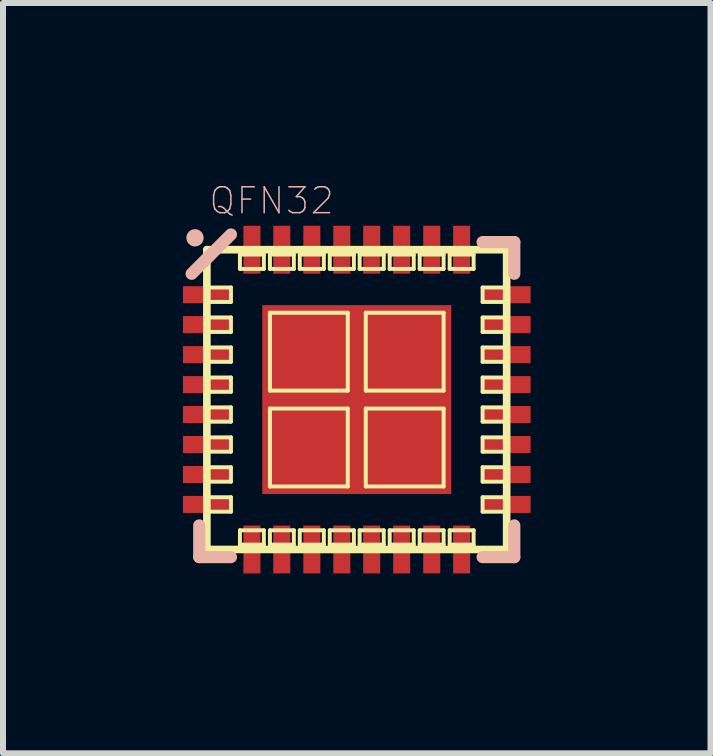
<source format=kicad_pcb>
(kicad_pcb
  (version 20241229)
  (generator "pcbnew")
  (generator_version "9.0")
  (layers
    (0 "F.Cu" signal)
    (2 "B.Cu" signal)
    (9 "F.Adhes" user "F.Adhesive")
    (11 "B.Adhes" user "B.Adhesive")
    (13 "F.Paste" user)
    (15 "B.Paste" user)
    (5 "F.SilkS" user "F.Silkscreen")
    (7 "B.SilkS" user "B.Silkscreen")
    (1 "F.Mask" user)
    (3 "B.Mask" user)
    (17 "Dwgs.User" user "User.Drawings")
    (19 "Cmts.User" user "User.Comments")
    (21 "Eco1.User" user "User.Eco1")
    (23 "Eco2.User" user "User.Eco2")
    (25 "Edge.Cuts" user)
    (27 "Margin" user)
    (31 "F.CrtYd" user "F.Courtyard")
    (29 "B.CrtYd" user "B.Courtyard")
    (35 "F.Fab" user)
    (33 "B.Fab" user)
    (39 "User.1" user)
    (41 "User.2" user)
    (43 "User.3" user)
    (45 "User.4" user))
  (footprint "QFN32"
    (layer "F.Cu")
    (at 2.898 3.612)
    (property "Reference" "QFN32" (at -1.42 -3.315 0) (layer "B.SilkS") (effects (font (size 0.432 0.432) (thickness 0.025))))
    (attr smd)
    (fp_line (start -2.499 -2.499) (end -2.499 2.499) (stroke (width 0.127) (type solid)) (layer "F.SilkS"))
    (fp_line (start -2.499 -1.869) (end -2.098 -1.869) (stroke (width 0.066) (type solid)) (layer "F.SilkS"))
    (fp_line (start -2.499 -1.628) (end -2.499 -1.869) (stroke (width 0.066) (type solid)) (layer "F.SilkS"))
    (fp_line (start -2.499 -1.628) (end -2.098 -1.628) (stroke (width 0.066) (type solid)) (layer "F.SilkS"))
    (fp_line (start -2.499 -1.369) (end -2.098 -1.369) (stroke (width 0.066) (type solid)) (layer "F.SilkS"))
    (fp_line (start -2.499 -1.128) (end -2.499 -1.369) (stroke (width 0.066) (type solid)) (layer "F.SilkS"))
    (fp_line (start -2.499 -1.128) (end -2.098 -1.128) (stroke (width 0.066) (type solid)) (layer "F.SilkS"))
    (fp_line (start -2.499 -0.869) (end -2.098 -0.869) (stroke (width 0.066) (type solid)) (layer "F.SilkS"))
    (fp_line (start -2.499 -0.63) (end -2.499 -0.869) (stroke (width 0.066) (type solid)) (layer "F.SilkS"))
    (fp_line (start -2.499 -0.63) (end -2.098 -0.63) (stroke (width 0.066) (type solid)) (layer "F.SilkS"))
    (fp_line (start -2.499 -0.368) (end -2.098 -0.368) (stroke (width 0.066) (type solid)) (layer "F.SilkS"))
    (fp_line (start -2.499 -0.13) (end -2.499 -0.368) (stroke (width 0.066) (type solid)) (layer "F.SilkS"))
    (fp_line (start -2.499 -0.13) (end -2.098 -0.13) (stroke (width 0.066) (type solid)) (layer "F.SilkS"))
    (fp_line (start -2.499 0.13) (end -2.098 0.13) (stroke (width 0.066) (type solid)) (layer "F.SilkS"))
    (fp_line (start -2.499 0.368) (end -2.499 0.13) (stroke (width 0.066) (type solid)) (layer "F.SilkS"))
    (fp_line (start -2.499 0.368) (end -2.098 0.368) (stroke (width 0.066) (type solid)) (layer "F.SilkS"))
    (fp_line (start -2.499 0.63) (end -2.098 0.63) (stroke (width 0.066) (type solid)) (layer "F.SilkS"))
    (fp_line (start -2.499 0.869) (end -2.499 0.63) (stroke (width 0.066) (type solid)) (layer "F.SilkS"))
    (fp_line (start -2.499 0.869) (end -2.098 0.869) (stroke (width 0.066) (type solid)) (layer "F.SilkS"))
    (fp_line (start -2.499 1.128) (end -2.098 1.128) (stroke (width 0.066) (type solid)) (layer "F.SilkS"))
    (fp_line (start -2.499 1.369) (end -2.499 1.128) (stroke (width 0.066) (type solid)) (layer "F.SilkS"))
    (fp_line (start -2.499 1.369) (end -2.098 1.369) (stroke (width 0.066) (type solid)) (layer "F.SilkS"))
    (fp_line (start -2.499 1.628) (end -2.098 1.628) (stroke (width 0.066) (type solid)) (layer "F.SilkS"))
    (fp_line (start -2.499 1.869) (end -2.499 1.628) (stroke (width 0.066) (type solid)) (layer "F.SilkS"))
    (fp_line (start -2.499 1.869) (end -2.098 1.869) (stroke (width 0.066) (type solid)) (layer "F.SilkS"))
    (fp_line (start -2.499 2.499) (end 2.499 2.499) (stroke (width 0.127) (type solid)) (layer "F.SilkS"))
    (fp_line (start -2.098 -1.628) (end -2.098 -1.869) (stroke (width 0.066) (type solid)) (layer "F.SilkS"))
    (fp_line (start -2.098 -1.128) (end -2.098 -1.369) (stroke (width 0.066) (type solid)) (layer "F.SilkS"))
    (fp_line (start -2.098 -0.63) (end -2.098 -0.869) (stroke (width 0.066) (type solid)) (layer "F.SilkS"))
    (fp_line (start -2.098 -0.13) (end -2.098 -0.368) (stroke (width 0.066) (type solid)) (layer "F.SilkS"))
    (fp_line (start -2.098 0.368) (end -2.098 0.13) (stroke (width 0.066) (type solid)) (layer "F.SilkS"))
    (fp_line (start -2.098 0.869) (end -2.098 0.63) (stroke (width 0.066) (type solid)) (layer "F.SilkS"))
    (fp_line (start -2.098 1.369) (end -2.098 1.128) (stroke (width 0.066) (type solid)) (layer "F.SilkS"))
    (fp_line (start -2.098 1.869) (end -2.098 1.628) (stroke (width 0.066) (type solid)) (layer "F.SilkS"))
    (fp_line (start -1.948 -2.418) (end -1.549 -2.418) (stroke (width 0.066) (type solid)) (layer "F.SilkS"))
    (fp_line (start -1.948 -2.179) (end -1.948 -2.418) (stroke (width 0.066) (type solid)) (layer "F.SilkS"))
    (fp_line (start -1.948 -2.179) (end -1.549 -2.179) (stroke (width 0.066) (type solid)) (layer "F.SilkS"))
    (fp_line (start -1.948 2.179) (end -1.549 2.179) (stroke (width 0.066) (type solid)) (layer "F.SilkS"))
    (fp_line (start -1.948 2.418) (end -1.948 2.179) (stroke (width 0.066) (type solid)) (layer "F.SilkS"))
    (fp_line (start -1.948 2.418) (end -1.549 2.418) (stroke (width 0.066) (type solid)) (layer "F.SilkS"))
    (fp_line (start -1.549 -2.179) (end -1.549 -2.418) (stroke (width 0.066) (type solid)) (layer "F.SilkS"))
    (fp_line (start -1.549 2.418) (end -1.549 2.179) (stroke (width 0.066) (type solid)) (layer "F.SilkS"))
    (fp_line (start -1.448 -2.418) (end -1.049 -2.418) (stroke (width 0.066) (type solid)) (layer "F.SilkS"))
    (fp_line (start -1.448 -2.179) (end -1.448 -2.418) (stroke (width 0.066) (type solid)) (layer "F.SilkS"))
    (fp_line (start -1.448 -2.179) (end -1.049 -2.179) (stroke (width 0.066) (type solid)) (layer "F.SilkS"))
    (fp_line (start -1.448 -1.448) (end -0.15 -1.448) (stroke (width 0.066) (type solid)) (layer "F.SilkS"))
    (fp_line (start -1.448 -0.15) (end -1.448 -1.448) (stroke (width 0.066) (type solid)) (layer "F.SilkS"))
    (fp_line (start -1.448 -0.15) (end -0.15 -0.15) (stroke (width 0.066) (type solid)) (layer "F.SilkS"))
    (fp_line (start -1.448 0.15) (end -0.15 0.15) (stroke (width 0.066) (type solid)) (layer "F.SilkS"))
    (fp_line (start -1.448 1.448) (end -1.448 0.15) (stroke (width 0.066) (type solid)) (layer "F.SilkS"))
    (fp_line (start -1.448 1.448) (end -0.15 1.448) (stroke (width 0.066) (type solid)) (layer "F.SilkS"))
    (fp_line (start -1.448 2.179) (end -1.049 2.179) (stroke (width 0.066) (type solid)) (layer "F.SilkS"))
    (fp_line (start -1.448 2.418) (end -1.448 2.179) (stroke (width 0.066) (type solid)) (layer "F.SilkS"))
    (fp_line (start -1.448 2.418) (end -1.049 2.418) (stroke (width 0.066) (type solid)) (layer "F.SilkS"))
    (fp_line (start -1.049 -2.179) (end -1.049 -2.418) (stroke (width 0.066) (type solid)) (layer "F.SilkS"))
    (fp_line (start -1.049 2.418) (end -1.049 2.179) (stroke (width 0.066) (type solid)) (layer "F.SilkS"))
    (fp_line (start -0.95 -2.418) (end -0.549 -2.418) (stroke (width 0.066) (type solid)) (layer "F.SilkS"))
    (fp_line (start -0.95 -2.179) (end -0.95 -2.418) (stroke (width 0.066) (type solid)) (layer "F.SilkS"))
    (fp_line (start -0.95 -2.179) (end -0.549 -2.179) (stroke (width 0.066) (type solid)) (layer "F.SilkS"))
    (fp_line (start -0.95 2.179) (end -0.549 2.179) (stroke (width 0.066) (type solid)) (layer "F.SilkS"))
    (fp_line (start -0.95 2.418) (end -0.95 2.179) (stroke (width 0.066) (type solid)) (layer "F.SilkS"))
    (fp_line (start -0.95 2.418) (end -0.549 2.418) (stroke (width 0.066) (type solid)) (layer "F.SilkS"))
    (fp_line (start -0.549 -2.179) (end -0.549 -2.418) (stroke (width 0.066) (type solid)) (layer "F.SilkS"))
    (fp_line (start -0.549 2.418) (end -0.549 2.179) (stroke (width 0.066) (type solid)) (layer "F.SilkS"))
    (fp_line (start -0.45 -2.418) (end -0.048 -2.418) (stroke (width 0.066) (type solid)) (layer "F.SilkS"))
    (fp_line (start -0.45 -2.179) (end -0.45 -2.418) (stroke (width 0.066) (type solid)) (layer "F.SilkS"))
    (fp_line (start -0.45 -2.179) (end -0.048 -2.179) (stroke (width 0.066) (type solid)) (layer "F.SilkS"))
    (fp_line (start -0.45 2.179) (end -0.048 2.179) (stroke (width 0.066) (type solid)) (layer "F.SilkS"))
    (fp_line (start -0.45 2.418) (end -0.45 2.179) (stroke (width 0.066) (type solid)) (layer "F.SilkS"))
    (fp_line (start -0.45 2.418) (end -0.048 2.418) (stroke (width 0.066) (type solid)) (layer "F.SilkS"))
    (fp_line (start -0.15 -0.15) (end -0.15 -1.448) (stroke (width 0.066) (type solid)) (layer "F.SilkS"))
    (fp_line (start -0.15 1.448) (end -0.15 0.15) (stroke (width 0.066) (type solid)) (layer "F.SilkS"))
    (fp_line (start -0.048 -2.179) (end -0.048 -2.418) (stroke (width 0.066) (type solid)) (layer "F.SilkS"))
    (fp_line (start -0.048 2.418) (end -0.048 2.179) (stroke (width 0.066) (type solid)) (layer "F.SilkS"))
    (fp_line (start 0.048 -2.418) (end 0.45 -2.418) (stroke (width 0.066) (type solid)) (layer "F.SilkS"))
    (fp_line (start 0.048 -2.179) (end 0.048 -2.418) (stroke (width 0.066) (type solid)) (layer "F.SilkS"))
    (fp_line (start 0.048 -2.179) (end 0.45 -2.179) (stroke (width 0.066) (type solid)) (layer "F.SilkS"))
    (fp_line (start 0.048 2.179) (end 0.45 2.179) (stroke (width 0.066) (type solid)) (layer "F.SilkS"))
    (fp_line (start 0.048 2.418) (end 0.048 2.179) (stroke (width 0.066) (type solid)) (layer "F.SilkS"))
    (fp_line (start 0.048 2.418) (end 0.45 2.418) (stroke (width 0.066) (type solid)) (layer "F.SilkS"))
    (fp_line (start 0.15 -1.448) (end 1.448 -1.448) (stroke (width 0.066) (type solid)) (layer "F.SilkS"))
    (fp_line (start 0.15 -0.15) (end 0.15 -1.448) (stroke (width 0.066) (type solid)) (layer "F.SilkS"))
    (fp_line (start 0.15 -0.15) (end 1.448 -0.15) (stroke (width 0.066) (type solid)) (layer "F.SilkS"))
    (fp_line (start 0.15 0.15) (end 1.448 0.15) (stroke (width 0.066) (type solid)) (layer "F.SilkS"))
    (fp_line (start 0.15 1.448) (end 0.15 0.15) (stroke (width 0.066) (type solid)) (layer "F.SilkS"))
    (fp_line (start 0.15 1.448) (end 1.448 1.448) (stroke (width 0.066) (type solid)) (layer "F.SilkS"))
    (fp_line (start 0.45 -2.179) (end 0.45 -2.418) (stroke (width 0.066) (type solid)) (layer "F.SilkS"))
    (fp_line (start 0.45 2.418) (end 0.45 2.179) (stroke (width 0.066) (type solid)) (layer "F.SilkS"))
    (fp_line (start 0.549 -2.418) (end 0.95 -2.418) (stroke (width 0.066) (type solid)) (layer "F.SilkS"))
    (fp_line (start 0.549 -2.179) (end 0.549 -2.418) (stroke (width 0.066) (type solid)) (layer "F.SilkS"))
    (fp_line (start 0.549 -2.179) (end 0.95 -2.179) (stroke (width 0.066) (type solid)) (layer "F.SilkS"))
    (fp_line (start 0.549 2.179) (end 0.95 2.179) (stroke (width 0.066) (type solid)) (layer "F.SilkS"))
    (fp_line (start 0.549 2.418) (end 0.549 2.179) (stroke (width 0.066) (type solid)) (layer "F.SilkS"))
    (fp_line (start 0.549 2.418) (end 0.95 2.418) (stroke (width 0.066) (type solid)) (layer "F.SilkS"))
    (fp_line (start 0.95 -2.179) (end 0.95 -2.418) (stroke (width 0.066) (type solid)) (layer "F.SilkS"))
    (fp_line (start 0.95 2.418) (end 0.95 2.179) (stroke (width 0.066) (type solid)) (layer "F.SilkS"))
    (fp_line (start 1.049 -2.418) (end 1.448 -2.418) (stroke (width 0.066) (type solid)) (layer "F.SilkS"))
    (fp_line (start 1.049 -2.179) (end 1.049 -2.418) (stroke (width 0.066) (type solid)) (layer "F.SilkS"))
    (fp_line (start 1.049 -2.179) (end 1.448 -2.179) (stroke (width 0.066) (type solid)) (layer "F.SilkS"))
    (fp_line (start 1.049 2.179) (end 1.448 2.179) (stroke (width 0.066) (type solid)) (layer "F.SilkS"))
    (fp_line (start 1.049 2.418) (end 1.049 2.179) (stroke (width 0.066) (type solid)) (layer "F.SilkS"))
    (fp_line (start 1.049 2.418) (end 1.448 2.418) (stroke (width 0.066) (type solid)) (layer "F.SilkS"))
    (fp_line (start 1.448 -2.179) (end 1.448 -2.418) (stroke (width 0.066) (type solid)) (layer "F.SilkS"))
    (fp_line (start 1.448 -0.15) (end 1.448 -1.448) (stroke (width 0.066) (type solid)) (layer "F.SilkS"))
    (fp_line (start 1.448 1.448) (end 1.448 0.15) (stroke (width 0.066) (type solid)) (layer "F.SilkS"))
    (fp_line (start 1.448 2.418) (end 1.448 2.179) (stroke (width 0.066) (type solid)) (layer "F.SilkS"))
    (fp_line (start 1.549 -2.418) (end 1.948 -2.418) (stroke (width 0.066) (type solid)) (layer "F.SilkS"))
    (fp_line (start 1.549 -2.179) (end 1.549 -2.418) (stroke (width 0.066) (type solid)) (layer "F.SilkS"))
    (fp_line (start 1.549 -2.179) (end 1.948 -2.179) (stroke (width 0.066) (type solid)) (layer "F.SilkS"))
    (fp_line (start 1.549 2.179) (end 1.948 2.179) (stroke (width 0.066) (type solid)) (layer "F.SilkS"))
    (fp_line (start 1.549 2.418) (end 1.549 2.179) (stroke (width 0.066) (type solid)) (layer "F.SilkS"))
    (fp_line (start 1.549 2.418) (end 1.948 2.418) (stroke (width 0.066) (type solid)) (layer "F.SilkS"))
    (fp_line (start 1.948 -2.179) (end 1.948 -2.418) (stroke (width 0.066) (type solid)) (layer "F.SilkS"))
    (fp_line (start 1.948 2.418) (end 1.948 2.179) (stroke (width 0.066) (type solid)) (layer "F.SilkS"))
    (fp_line (start 2.098 -1.869) (end 2.499 -1.869) (stroke (width 0.066) (type solid)) (layer "F.SilkS"))
    (fp_line (start 2.098 -1.628) (end 2.098 -1.869) (stroke (width 0.066) (type solid)) (layer "F.SilkS"))
    (fp_line (start 2.098 -1.628) (end 2.499 -1.628) (stroke (width 0.066) (type solid)) (layer "F.SilkS"))
    (fp_line (start 2.098 -1.369) (end 2.499 -1.369) (stroke (width 0.066) (type solid)) (layer "F.SilkS"))
    (fp_line (start 2.098 -1.128) (end 2.098 -1.369) (stroke (width 0.066) (type solid)) (layer "F.SilkS"))
    (fp_line (start 2.098 -1.128) (end 2.499 -1.128) (stroke (width 0.066) (type solid)) (layer "F.SilkS"))
    (fp_line (start 2.098 -0.869) (end 2.499 -0.869) (stroke (width 0.066) (type solid)) (layer "F.SilkS"))
    (fp_line (start 2.098 -0.63) (end 2.098 -0.869) (stroke (width 0.066) (type solid)) (layer "F.SilkS"))
    (fp_line (start 2.098 -0.63) (end 2.499 -0.63) (stroke (width 0.066) (type solid)) (layer "F.SilkS"))
    (fp_line (start 2.098 -0.368) (end 2.499 -0.368) (stroke (width 0.066) (type solid)) (layer "F.SilkS"))
    (fp_line (start 2.098 -0.13) (end 2.098 -0.368) (stroke (width 0.066) (type solid)) (layer "F.SilkS"))
    (fp_line (start 2.098 -0.13) (end 2.499 -0.13) (stroke (width 0.066) (type solid)) (layer "F.SilkS"))
    (fp_line (start 2.098 0.13) (end 2.499 0.13) (stroke (width 0.066) (type solid)) (layer "F.SilkS"))
    (fp_line (start 2.098 0.368) (end 2.098 0.13) (stroke (width 0.066) (type solid)) (layer "F.SilkS"))
    (fp_line (start 2.098 0.368) (end 2.499 0.368) (stroke (width 0.066) (type solid)) (layer "F.SilkS"))
    (fp_line (start 2.098 0.63) (end 2.499 0.63) (stroke (width 0.066) (type solid)) (layer "F.SilkS"))
    (fp_line (start 2.098 0.869) (end 2.098 0.63) (stroke (width 0.066) (type solid)) (layer "F.SilkS"))
    (fp_line (start 2.098 0.869) (end 2.499 0.869) (stroke (width 0.066) (type solid)) (layer "F.SilkS"))
    (fp_line (start 2.098 1.128) (end 2.499 1.128) (stroke (width 0.066) (type solid)) (layer "F.SilkS"))
    (fp_line (start 2.098 1.369) (end 2.098 1.128) (stroke (width 0.066) (type solid)) (layer "F.SilkS"))
    (fp_line (start 2.098 1.369) (end 2.499 1.369) (stroke (width 0.066) (type solid)) (layer "F.SilkS"))
    (fp_line (start 2.098 1.628) (end 2.499 1.628) (stroke (width 0.066) (type solid)) (layer "F.SilkS"))
    (fp_line (start 2.098 1.869) (end 2.098 1.628) (stroke (width 0.066) (type solid)) (layer "F.SilkS"))
    (fp_line (start 2.098 1.869) (end 2.499 1.869) (stroke (width 0.066) (type solid)) (layer "F.SilkS"))
    (fp_line (start 2.499 -2.499) (end -2.499 -2.499) (stroke (width 0.127) (type solid)) (layer "F.SilkS"))
    (fp_line (start 2.499 -1.628) (end 2.499 -1.869) (stroke (width 0.066) (type solid)) (layer "F.SilkS"))
    (fp_line (start 2.499 -1.128) (end 2.499 -1.369) (stroke (width 0.066) (type solid)) (layer "F.SilkS"))
    (fp_line (start 2.499 -0.63) (end 2.499 -0.869) (stroke (width 0.066) (type solid)) (layer "F.SilkS"))
    (fp_line (start 2.499 -0.13) (end 2.499 -0.368) (stroke (width 0.066) (type solid)) (layer "F.SilkS"))
    (fp_line (start 2.499 0.368) (end 2.499 0.13) (stroke (width 0.066) (type solid)) (layer "F.SilkS"))
    (fp_line (start 2.499 0.869) (end 2.499 0.63) (stroke (width 0.066) (type solid)) (layer "F.SilkS"))
    (fp_line (start 2.499 1.369) (end 2.499 1.128) (stroke (width 0.066) (type solid)) (layer "F.SilkS"))
    (fp_line (start 2.499 1.869) (end 2.499 1.628) (stroke (width 0.066) (type solid)) (layer "F.SilkS"))
    (fp_line (start 2.499 2.499) (end 2.499 -2.499) (stroke (width 0.127) (type solid)) (layer "F.SilkS"))
    (fp_line (start -2.626 2.626) (end -2.626 2.098) (stroke (width 0.203) (type solid)) (layer "B.SilkS"))
    (fp_line (start -2.098 -2.753) (end -2.753 -2.098) (stroke (width 0.203) (type solid)) (layer "B.SilkS"))
    (fp_line (start -2.098 2.626) (end -2.626 2.626) (stroke (width 0.203) (type solid)) (layer "B.SilkS"))
    (fp_line (start 2.098 -2.626) (end 2.626 -2.626) (stroke (width 0.203) (type solid)) (layer "B.SilkS"))
    (fp_line (start 2.626 -2.626) (end 2.626 -2.098) (stroke (width 0.203) (type solid)) (layer "B.SilkS"))
    (fp_line (start 2.626 2.098) (end 2.626 2.626) (stroke (width 0.203) (type solid)) (layer "B.SilkS"))
    (fp_line (start 2.626 2.626) (end 2.098 2.626) (stroke (width 0.203) (type solid)) (layer "B.SilkS"))
    (fp_circle (center -2.697 -2.697) (end -2.799 -2.799) (stroke (width 0) (type solid)) (fill yes) (layer "B.SilkS"))
    (pad "1" smd rect (at -2.499 -1.748) (size 0.798 0.284) (layers "F.Cu" "F.Mask" "F.Paste"))
    (pad "2" smd rect (at -2.499 -1.25) (size 0.798 0.284) (layers "F.Cu" "F.Mask" "F.Paste"))
    (pad "3" smd rect (at -2.499 -0.749) (size 0.798 0.284) (layers "F.Cu" "F.Mask" "F.Paste"))
    (pad "4" smd rect (at -2.499 -0.249) (size 0.798 0.284) (layers "F.Cu" "F.Mask" "F.Paste"))
    (pad "5" smd rect (at -2.499 0.249) (size 0.798 0.284) (layers "F.Cu" "F.Mask" "F.Paste"))
    (pad "6" smd rect (at -2.499 0.749) (size 0.798 0.284) (layers "F.Cu" "F.Mask" "F.Paste"))
    (pad "7" smd rect (at -2.499 1.25) (size 0.798 0.284) (layers "F.Cu" "F.Mask" "F.Paste"))
    (pad "8" smd rect (at -2.499 1.748) (size 0.798 0.284) (layers "F.Cu" "F.Mask" "F.Paste"))
    (pad "9" smd rect (at -1.748 2.499 90) (size 0.798 0.284) (layers "F.Cu" "F.Mask" "F.Paste"))
    (pad "10" smd rect (at -1.25 2.499 90) (size 0.798 0.284) (layers "F.Cu" "F.Mask" "F.Paste"))
    (pad "11" smd rect (at -0.749 2.499 90) (size 0.798 0.284) (layers "F.Cu" "F.Mask" "F.Paste"))
    (pad "12" smd rect (at -0.249 2.499 90) (size 0.798 0.284) (layers "F.Cu" "F.Mask" "F.Paste"))
    (pad "13" smd rect (at 0.249 2.499 90) (size 0.798 0.284) (layers "F.Cu" "F.Mask" "F.Paste"))
    (pad "14" smd rect (at 0.749 2.499 90) (size 0.798 0.284) (layers "F.Cu" "F.Mask" "F.Paste"))
    (pad "15" smd rect (at 1.25 2.499 90) (size 0.798 0.284) (layers "F.Cu" "F.Mask" "F.Paste"))
    (pad "16" smd rect (at 1.748 2.499 90) (size 0.798 0.284) (layers "F.Cu" "F.Mask" "F.Paste"))
    (pad "17" smd rect (at 2.499 1.748 180) (size 0.798 0.284) (layers "F.Cu" "F.Mask" "F.Paste"))
    (pad "18" smd rect (at 2.499 1.25 180) (size 0.798 0.284) (layers "F.Cu" "F.Mask" "F.Paste"))
    (pad "19" smd rect (at 2.499 0.749 180) (size 0.798 0.284) (layers "F.Cu" "F.Mask" "F.Paste"))
    (pad "20" smd rect (at 2.499 0.249 180) (size 0.798 0.284) (layers "F.Cu" "F.Mask" "F.Paste"))
    (pad "21" smd rect (at 2.499 -0.249 180) (size 0.798 0.284) (layers "F.Cu" "F.Mask" "F.Paste"))
    (pad "22" smd rect (at 2.499 -0.749 180) (size 0.798 0.284) (layers "F.Cu" "F.Mask" "F.Paste"))
    (pad "23" smd rect (at 2.499 -1.25 180) (size 0.798 0.284) (layers "F.Cu" "F.Mask" "F.Paste"))
    (pad "24" smd rect (at 2.499 -1.748 180) (size 0.798 0.284) (layers "F.Cu" "F.Mask" "F.Paste"))
    (pad "25" smd rect (at 1.748 -2.499 270) (size 0.798 0.284) (layers "F.Cu" "F.Mask" "F.Paste"))
    (pad "26" smd rect (at 1.25 -2.499 270) (size 0.798 0.284) (layers "F.Cu" "F.Mask" "F.Paste"))
    (pad "27" smd rect (at 0.749 -2.499 270) (size 0.798 0.284) (layers "F.Cu" "F.Mask" "F.Paste"))
    (pad "28" smd rect (at 0.249 -2.499 270) (size 0.798 0.284) (layers "F.Cu" "F.Mask" "F.Paste"))
    (pad "29" smd rect (at -0.249 -2.499 270) (size 0.798 0.284) (layers "F.Cu" "F.Mask" "F.Paste"))
    (pad "30" smd rect (at -0.749 -2.499 270) (size 0.798 0.284) (layers "F.Cu" "F.Mask" "F.Paste"))
    (pad "31" smd rect (at -1.25 -2.499 270) (size 0.798 0.284) (layers "F.Cu" "F.Mask" "F.Paste"))
    (pad "32" smd rect (at -1.748 -2.499 270) (size 0.798 0.284) (layers "F.Cu" "F.Mask" "F.Paste"))
    (pad "EP" smd rect (at 0 0) (size 3.15 3.15) (layers "F.Cu" "F.Mask" "F.Paste")))
  (gr_rect
    (start -3 -3)
    (end 8.796 9.51)
    (stroke (width 0.1) (type default))
    (fill no)
    (layer "Edge.Cuts")))
</source>
